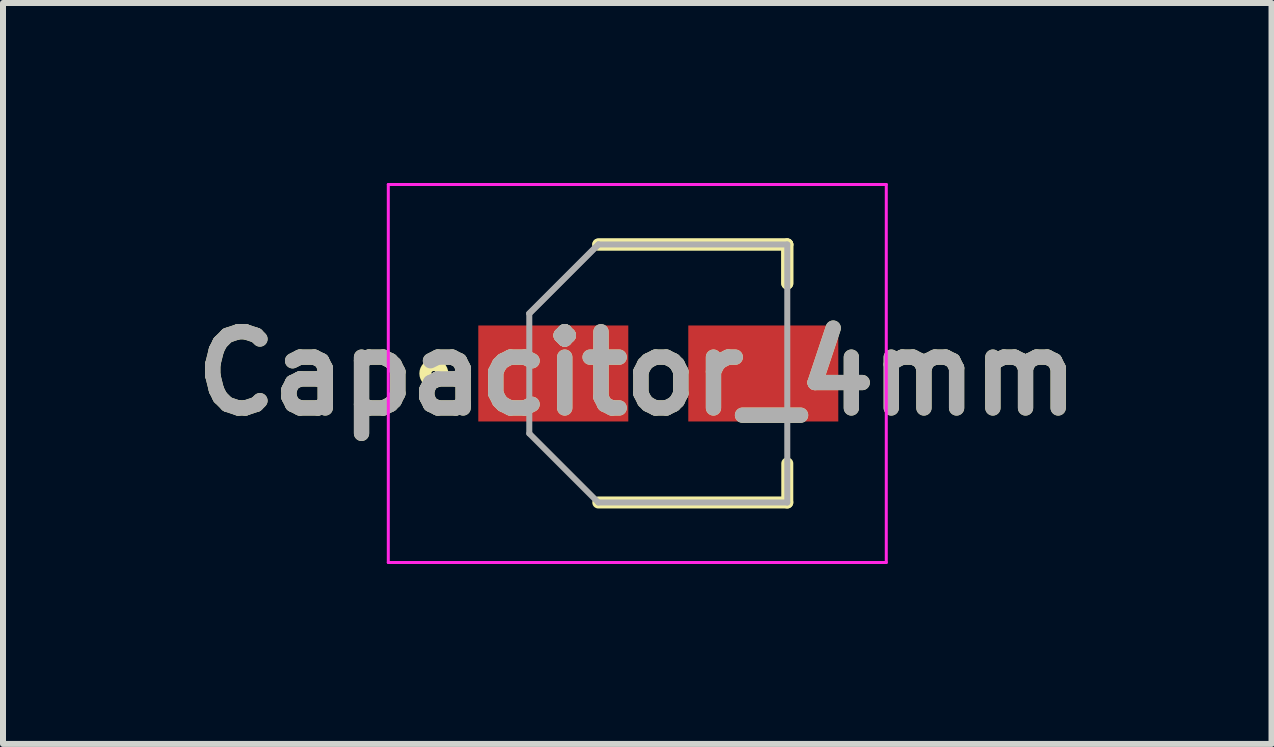
<source format=kicad_pcb>
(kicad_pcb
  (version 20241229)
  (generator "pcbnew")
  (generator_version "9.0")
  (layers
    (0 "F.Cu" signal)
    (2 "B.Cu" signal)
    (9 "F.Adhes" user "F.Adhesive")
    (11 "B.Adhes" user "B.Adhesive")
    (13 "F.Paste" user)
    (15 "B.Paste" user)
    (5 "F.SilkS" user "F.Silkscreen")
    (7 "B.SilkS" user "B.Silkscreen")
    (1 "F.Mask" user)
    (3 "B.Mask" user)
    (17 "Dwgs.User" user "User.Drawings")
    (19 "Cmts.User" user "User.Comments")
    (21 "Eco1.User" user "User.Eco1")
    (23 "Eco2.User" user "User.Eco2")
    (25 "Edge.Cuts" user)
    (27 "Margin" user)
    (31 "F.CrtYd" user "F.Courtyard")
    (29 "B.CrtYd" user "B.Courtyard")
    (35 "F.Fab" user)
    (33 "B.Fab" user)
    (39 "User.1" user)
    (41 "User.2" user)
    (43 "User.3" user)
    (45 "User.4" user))
  (footprint "Capacitor_4mm"
    (layer "F.Cu")
    (at 7.922 3.175)
    (property "Reference" "Capacitor_4mm" (at -0.35 0 0) (layer "F.SilkS") (effects (font (size 1.27 1.27) (thickness 0.254))))
    (attr smd)
    (fp_line (start -1 -2.15) (end 2.15 -2.15) (stroke (width 0.2) (type solid)) (layer "F.SilkS"))
    (fp_line (start -1 2.15) (end 2.15 2.15) (stroke (width 0.2) (type solid)) (layer "F.SilkS"))
    (fp_line (start 2.15 -2.15) (end -1 -2.15) (stroke (width 0.2) (type solid)) (layer "F.SilkS"))
    (fp_line (start 2.15 -2.15) (end 2.15 -1.5) (stroke (width 0.2) (type solid)) (layer "F.SilkS"))
    (fp_line (start 2.15 -1.5) (end 2.15 -2.15) (stroke (width 0.2) (type solid)) (layer "F.SilkS"))
    (fp_line (start 2.15 2.15) (end 2.15 1.5) (stroke (width 0.2) (type solid)) (layer "F.SilkS"))
    (fp_circle (center -3.741 0) (end -3.841 -0.1) (stroke (width 0.2) (type solid)) (fill no) (layer "F.SilkS"))
    (fp_line (start -4.5 -3.15) (end 3.8 -3.15) (stroke (width 0.05) (type solid)) (layer "F.CrtYd"))
    (fp_line (start -4.5 3.15) (end -4.5 -3.15) (stroke (width 0.05) (type solid)) (layer "F.CrtYd"))
    (fp_line (start 3.8 -3.15) (end 3.8 3.15) (stroke (width 0.05) (type solid)) (layer "F.CrtYd"))
    (fp_line (start 3.8 3.15) (end -4.5 3.15) (stroke (width 0.05) (type solid)) (layer "F.CrtYd"))
    (fp_line (start -2.15 -1) (end -1 -2.15) (stroke (width 0.1) (type solid)) (layer "F.Fab"))
    (fp_line (start -2.15 -1) (end -1 -2.15) (stroke (width 0.1) (type solid)) (layer "F.Fab"))
    (fp_line (start -2.15 1) (end -2.15 -1) (stroke (width 0.1) (type solid)) (layer "F.Fab"))
    (fp_line (start -1 -2.15) (end 2.15 -2.15) (stroke (width 0.1) (type solid)) (layer "F.Fab"))
    (fp_line (start -1 2.15) (end -2.15 1) (stroke (width 0.1) (type solid)) (layer "F.Fab"))
    (fp_line (start 2.15 -2.15) (end 2.15 2.15) (stroke (width 0.1) (type solid)) (layer "F.Fab"))
    (fp_line (start 2.15 2.15) (end -1 2.15) (stroke (width 0.1) (type solid)) (layer "F.Fab"))
    (fp_text user "${REFERENCE}" (at -0.35 0 0) (layer "F.Fab") (effects (font (size 1.27 1.27) (thickness 0.254))))
    (pad "1" smd rect (at -1.75 0 90) (size 1.6 2.5) (layers "F.Cu" "F.Mask" "F.Paste"))
    (pad "2" smd rect (at 1.75 0 90) (size 1.6 2.5) (layers "F.Cu" "F.Mask" "F.Paste")))
  (gr_rect
    (start -3 -3)
    (end 18.143 9.35)
    (stroke (width 0.1) (type default))
    (fill no)
    (layer "Edge.Cuts")))
</source>
